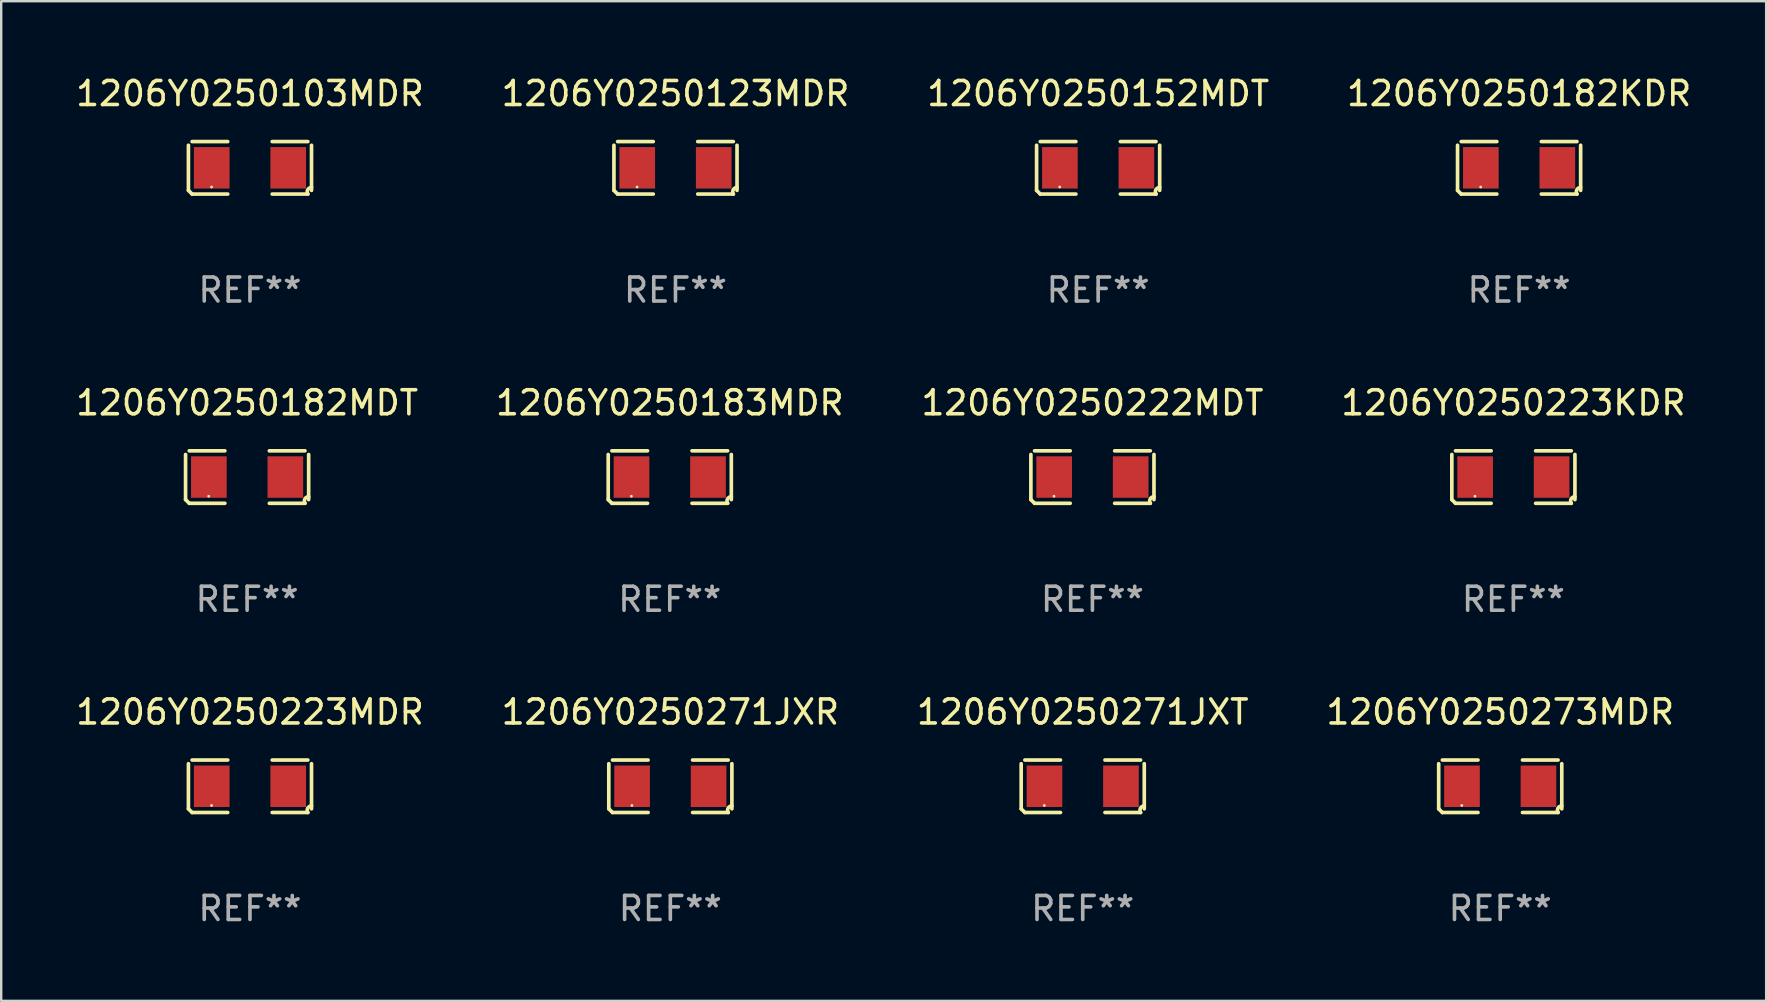
<source format=kicad_pcb>
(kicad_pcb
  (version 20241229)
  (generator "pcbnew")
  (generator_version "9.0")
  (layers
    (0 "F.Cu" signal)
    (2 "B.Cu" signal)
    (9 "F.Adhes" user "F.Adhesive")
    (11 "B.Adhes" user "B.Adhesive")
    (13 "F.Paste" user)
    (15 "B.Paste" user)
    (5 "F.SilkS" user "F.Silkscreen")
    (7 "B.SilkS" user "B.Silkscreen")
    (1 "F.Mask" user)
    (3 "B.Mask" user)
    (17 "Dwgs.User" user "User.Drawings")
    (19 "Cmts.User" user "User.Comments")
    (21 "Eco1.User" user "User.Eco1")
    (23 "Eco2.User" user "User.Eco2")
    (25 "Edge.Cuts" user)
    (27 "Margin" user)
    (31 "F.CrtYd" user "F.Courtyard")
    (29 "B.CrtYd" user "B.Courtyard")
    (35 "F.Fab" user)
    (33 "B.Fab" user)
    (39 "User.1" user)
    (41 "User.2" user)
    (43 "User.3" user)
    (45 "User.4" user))
  (footprint "1206Y0250271JXT"
    (layer "F.Cu")
    (at 42.054 29.704)
    (property "Reference" "1206Y0250271JXT" (at 0 -3.093 0) (layer "F.SilkS") (effects (font (size 1 1) (thickness 0.15))))
    (attr through_hole)
    (fp_line (start -2.564 0.94) (end -2.564 -0.94) (stroke (width 0.152) (type solid)) (layer "F.SilkS"))
    (fp_line (start -2.411 -1.093) (end -0.926 -1.093) (stroke (width 0.152) (type solid)) (layer "F.SilkS"))
    (fp_line (start -0.926 1.093) (end -2.411 1.093) (stroke (width 0.152) (type solid)) (layer "F.SilkS"))
    (fp_line (start 0.926 1.093) (end 2.411 1.093) (stroke (width 0.152) (type solid)) (layer "F.SilkS"))
    (fp_line (start 2.411 -1.093) (end 0.926 -1.093) (stroke (width 0.152) (type solid)) (layer "F.SilkS"))
    (fp_line (start 2.564 0.94) (end 2.564 -0.94) (stroke (width 0.152) (type solid)) (layer "F.SilkS"))
    (fp_arc (start -2.411201 1.092609) (mid -2.487413 1.01642) (end -2.563602 0.940208) (stroke (width 0.1524) (type solid)) (layer "F.SilkS"))
    (fp_arc (start 2.411201 1.092609) (mid 2.407159 0.911226) (end 2.563602 0.819347) (stroke (width 0.1524) (type solid)) (layer "F.SilkS"))
    (fp_circle (center -1.6 0.8) (end -1.57 0.8) (stroke (width 0.06) (type solid)) (fill no) (layer "F.SilkS"))
    (fp_text user "REF**" (at 0 5.093 0) (layer "F.Fab") (effects (font (size 1 1) (thickness 0.15))))
    (pad "1" smd rect (at -1.593 0) (size 1.485 1.728) (layers "F.Cu" "F.Mask" "F.Paste"))
    (pad "2" smd rect (at 1.593 0) (size 1.485 1.728) (layers "F.Cu" "F.Mask" "F.Paste")))
  (footprint "1206Y0250182KDR"
    (layer "F.Cu")
    (at 60.232 3.941)
    (property "Reference" "1206Y0250182KDR" (at 0 -3.093 0) (layer "F.SilkS") (effects (font (size 1 1) (thickness 0.15))))
    (attr through_hole)
    (fp_line (start -2.564 0.94) (end -2.564 -0.94) (stroke (width 0.152) (type solid)) (layer "F.SilkS"))
    (fp_line (start -2.411 -1.093) (end -0.926 -1.093) (stroke (width 0.152) (type solid)) (layer "F.SilkS"))
    (fp_line (start -0.926 1.093) (end -2.411 1.093) (stroke (width 0.152) (type solid)) (layer "F.SilkS"))
    (fp_line (start 0.926 1.093) (end 2.411 1.093) (stroke (width 0.152) (type solid)) (layer "F.SilkS"))
    (fp_line (start 2.411 -1.093) (end 0.926 -1.093) (stroke (width 0.152) (type solid)) (layer "F.SilkS"))
    (fp_line (start 2.564 0.94) (end 2.564 -0.94) (stroke (width 0.152) (type solid)) (layer "F.SilkS"))
    (fp_arc (start -2.411201 1.092609) (mid -2.487413 1.01642) (end -2.563602 0.940208) (stroke (width 0.1524) (type solid)) (layer "F.SilkS"))
    (fp_arc (start 2.411201 1.092609) (mid 2.407159 0.911226) (end 2.563602 0.819347) (stroke (width 0.1524) (type solid)) (layer "F.SilkS"))
    (fp_circle (center -1.6 0.8) (end -1.57 0.8) (stroke (width 0.06) (type solid)) (fill no) (layer "F.SilkS"))
    (fp_text user "REF**" (at 0 5.093 0) (layer "F.Fab") (effects (font (size 1 1) (thickness 0.15))))
    (pad "1" smd rect (at -1.593 0) (size 1.485 1.728) (layers "F.Cu" "F.Mask" "F.Paste"))
    (pad "2" smd rect (at 1.593 0) (size 1.485 1.728) (layers "F.Cu" "F.Mask" "F.Paste")))
  (footprint "1206Y0250183MDR"
    (layer "F.Cu")
    (at 24.851 16.823)
    (property "Reference" "1206Y0250183MDR" (at 0 -3.093 0) (layer "F.SilkS") (effects (font (size 1 1) (thickness 0.15))))
    (attr through_hole)
    (fp_line (start -2.564 0.94) (end -2.564 -0.94) (stroke (width 0.152) (type solid)) (layer "F.SilkS"))
    (fp_line (start -2.411 -1.093) (end -0.926 -1.093) (stroke (width 0.152) (type solid)) (layer "F.SilkS"))
    (fp_line (start -0.926 1.093) (end -2.411 1.093) (stroke (width 0.152) (type solid)) (layer "F.SilkS"))
    (fp_line (start 0.926 1.093) (end 2.411 1.093) (stroke (width 0.152) (type solid)) (layer "F.SilkS"))
    (fp_line (start 2.411 -1.093) (end 0.926 -1.093) (stroke (width 0.152) (type solid)) (layer "F.SilkS"))
    (fp_line (start 2.564 0.94) (end 2.564 -0.94) (stroke (width 0.152) (type solid)) (layer "F.SilkS"))
    (fp_arc (start -2.411201 1.092609) (mid -2.487413 1.01642) (end -2.563602 0.940208) (stroke (width 0.1524) (type solid)) (layer "F.SilkS"))
    (fp_arc (start 2.411201 1.092609) (mid 2.407159 0.911226) (end 2.563602 0.819347) (stroke (width 0.1524) (type solid)) (layer "F.SilkS"))
    (fp_circle (center -1.6 0.8) (end -1.57 0.8) (stroke (width 0.06) (type solid)) (fill no) (layer "F.SilkS"))
    (fp_text user "REF**" (at 0 5.093 0) (layer "F.Fab") (effects (font (size 1 1) (thickness 0.15))))
    (pad "1" smd rect (at -1.593 0) (size 1.485 1.728) (layers "F.Cu" "F.Mask" "F.Paste"))
    (pad "2" smd rect (at 1.593 0) (size 1.485 1.728) (layers "F.Cu" "F.Mask" "F.Paste")))
  (footprint "1206Y0250223KDR"
    (layer "F.Cu")
    (at 59.994 16.823)
    (property "Reference" "1206Y0250223KDR" (at 0 -3.093 0) (layer "F.SilkS") (effects (font (size 1 1) (thickness 0.15))))
    (attr through_hole)
    (fp_line (start -2.564 0.94) (end -2.564 -0.94) (stroke (width 0.152) (type solid)) (layer "F.SilkS"))
    (fp_line (start -2.411 -1.093) (end -0.926 -1.093) (stroke (width 0.152) (type solid)) (layer "F.SilkS"))
    (fp_line (start -0.926 1.093) (end -2.411 1.093) (stroke (width 0.152) (type solid)) (layer "F.SilkS"))
    (fp_line (start 0.926 1.093) (end 2.411 1.093) (stroke (width 0.152) (type solid)) (layer "F.SilkS"))
    (fp_line (start 2.411 -1.093) (end 0.926 -1.093) (stroke (width 0.152) (type solid)) (layer "F.SilkS"))
    (fp_line (start 2.564 0.94) (end 2.564 -0.94) (stroke (width 0.152) (type solid)) (layer "F.SilkS"))
    (fp_arc (start -2.411201 1.092609) (mid -2.487413 1.01642) (end -2.563602 0.940208) (stroke (width 0.1524) (type solid)) (layer "F.SilkS"))
    (fp_arc (start 2.411201 1.092609) (mid 2.407159 0.911226) (end 2.563602 0.819347) (stroke (width 0.1524) (type solid)) (layer "F.SilkS"))
    (fp_circle (center -1.6 0.8) (end -1.57 0.8) (stroke (width 0.06) (type solid)) (fill no) (layer "F.SilkS"))
    (fp_text user "REF**" (at 0 5.093 0) (layer "F.Fab") (effects (font (size 1 1) (thickness 0.15))))
    (pad "1" smd rect (at -1.593 0) (size 1.485 1.728) (layers "F.Cu" "F.Mask" "F.Paste"))
    (pad "2" smd rect (at 1.593 0) (size 1.485 1.728) (layers "F.Cu" "F.Mask" "F.Paste")))
  (footprint "1206Y0250223MDR"
    (layer "F.Cu")
    (at 7.363 29.704)
    (property "Reference" "1206Y0250223MDR" (at 0 -3.093 0) (layer "F.SilkS") (effects (font (size 1 1) (thickness 0.15))))
    (attr through_hole)
    (fp_line (start -2.564 0.94) (end -2.564 -0.94) (stroke (width 0.152) (type solid)) (layer "F.SilkS"))
    (fp_line (start -2.411 -1.093) (end -0.926 -1.093) (stroke (width 0.152) (type solid)) (layer "F.SilkS"))
    (fp_line (start -0.926 1.093) (end -2.411 1.093) (stroke (width 0.152) (type solid)) (layer "F.SilkS"))
    (fp_line (start 0.926 1.093) (end 2.411 1.093) (stroke (width 0.152) (type solid)) (layer "F.SilkS"))
    (fp_line (start 2.411 -1.093) (end 0.926 -1.093) (stroke (width 0.152) (type solid)) (layer "F.SilkS"))
    (fp_line (start 2.564 0.94) (end 2.564 -0.94) (stroke (width 0.152) (type solid)) (layer "F.SilkS"))
    (fp_arc (start -2.411201 1.092609) (mid -2.487413 1.01642) (end -2.563602 0.940208) (stroke (width 0.1524) (type solid)) (layer "F.SilkS"))
    (fp_arc (start 2.411201 1.092609) (mid 2.407159 0.911226) (end 2.563602 0.819347) (stroke (width 0.1524) (type solid)) (layer "F.SilkS"))
    (fp_circle (center -1.6 0.8) (end -1.57 0.8) (stroke (width 0.06) (type solid)) (fill no) (layer "F.SilkS"))
    (fp_text user "REF**" (at 0 5.093 0) (layer "F.Fab") (effects (font (size 1 1) (thickness 0.15))))
    (pad "1" smd rect (at -1.593 0) (size 1.485 1.728) (layers "F.Cu" "F.Mask" "F.Paste"))
    (pad "2" smd rect (at 1.593 0) (size 1.485 1.728) (layers "F.Cu" "F.Mask" "F.Paste")))
  (footprint "1206Y0250222MDT"
    (layer "F.Cu")
    (at 42.458 16.823)
    (property "Reference" "1206Y0250222MDT" (at 0 -3.093 0) (layer "F.SilkS") (effects (font (size 1 1) (thickness 0.15))))
    (attr through_hole)
    (fp_line (start -2.564 0.94) (end -2.564 -0.94) (stroke (width 0.152) (type solid)) (layer "F.SilkS"))
    (fp_line (start -2.411 -1.093) (end -0.926 -1.093) (stroke (width 0.152) (type solid)) (layer "F.SilkS"))
    (fp_line (start -0.926 1.093) (end -2.411 1.093) (stroke (width 0.152) (type solid)) (layer "F.SilkS"))
    (fp_line (start 0.926 1.093) (end 2.411 1.093) (stroke (width 0.152) (type solid)) (layer "F.SilkS"))
    (fp_line (start 2.411 -1.093) (end 0.926 -1.093) (stroke (width 0.152) (type solid)) (layer "F.SilkS"))
    (fp_line (start 2.564 0.94) (end 2.564 -0.94) (stroke (width 0.152) (type solid)) (layer "F.SilkS"))
    (fp_arc (start -2.411201 1.092609) (mid -2.487413 1.01642) (end -2.563602 0.940208) (stroke (width 0.1524) (type solid)) (layer "F.SilkS"))
    (fp_arc (start 2.411201 1.092609) (mid 2.407159 0.911226) (end 2.563602 0.819347) (stroke (width 0.1524) (type solid)) (layer "F.SilkS"))
    (fp_circle (center -1.6 0.8) (end -1.57 0.8) (stroke (width 0.06) (type solid)) (fill no) (layer "F.SilkS"))
    (fp_text user "REF**" (at 0 5.093 0) (layer "F.Fab") (effects (font (size 1 1) (thickness 0.15))))
    (pad "1" smd rect (at -1.593 0) (size 1.485 1.728) (layers "F.Cu" "F.Mask" "F.Paste"))
    (pad "2" smd rect (at 1.593 0) (size 1.485 1.728) (layers "F.Cu" "F.Mask" "F.Paste")))
  (footprint "1206Y0250123MDR"
    (layer "F.Cu")
    (at 25.089 3.941)
    (property "Reference" "1206Y0250123MDR" (at 0 -3.093 0) (layer "F.SilkS") (effects (font (size 1 1) (thickness 0.15))))
    (attr through_hole)
    (fp_line (start -2.564 0.94) (end -2.564 -0.94) (stroke (width 0.152) (type solid)) (layer "F.SilkS"))
    (fp_line (start -2.411 -1.093) (end -0.926 -1.093) (stroke (width 0.152) (type solid)) (layer "F.SilkS"))
    (fp_line (start -0.926 1.093) (end -2.411 1.093) (stroke (width 0.152) (type solid)) (layer "F.SilkS"))
    (fp_line (start 0.926 1.093) (end 2.411 1.093) (stroke (width 0.152) (type solid)) (layer "F.SilkS"))
    (fp_line (start 2.411 -1.093) (end 0.926 -1.093) (stroke (width 0.152) (type solid)) (layer "F.SilkS"))
    (fp_line (start 2.564 0.94) (end 2.564 -0.94) (stroke (width 0.152) (type solid)) (layer "F.SilkS"))
    (fp_arc (start -2.411201 1.092609) (mid -2.487413 1.01642) (end -2.563602 0.940208) (stroke (width 0.1524) (type solid)) (layer "F.SilkS"))
    (fp_arc (start 2.411201 1.092609) (mid 2.407159 0.911226) (end 2.563602 0.819347) (stroke (width 0.1524) (type solid)) (layer "F.SilkS"))
    (fp_circle (center -1.6 0.8) (end -1.57 0.8) (stroke (width 0.06) (type solid)) (fill no) (layer "F.SilkS"))
    (fp_text user "REF**" (at 0 5.093 0) (layer "F.Fab") (effects (font (size 1 1) (thickness 0.15))))
    (pad "1" smd rect (at -1.593 0) (size 1.485 1.728) (layers "F.Cu" "F.Mask" "F.Paste"))
    (pad "2" smd rect (at 1.593 0) (size 1.485 1.728) (layers "F.Cu" "F.Mask" "F.Paste")))
  (footprint "1206Y0250152MDT"
    (layer "F.Cu")
    (at 42.696 3.941)
    (property "Reference" "1206Y0250152MDT" (at 0 -3.093 0) (layer "F.SilkS") (effects (font (size 1 1) (thickness 0.15))))
    (attr through_hole)
    (fp_line (start -2.564 0.94) (end -2.564 -0.94) (stroke (width 0.152) (type solid)) (layer "F.SilkS"))
    (fp_line (start -2.411 -1.093) (end -0.926 -1.093) (stroke (width 0.152) (type solid)) (layer "F.SilkS"))
    (fp_line (start -0.926 1.093) (end -2.411 1.093) (stroke (width 0.152) (type solid)) (layer "F.SilkS"))
    (fp_line (start 0.926 1.093) (end 2.411 1.093) (stroke (width 0.152) (type solid)) (layer "F.SilkS"))
    (fp_line (start 2.411 -1.093) (end 0.926 -1.093) (stroke (width 0.152) (type solid)) (layer "F.SilkS"))
    (fp_line (start 2.564 0.94) (end 2.564 -0.94) (stroke (width 0.152) (type solid)) (layer "F.SilkS"))
    (fp_arc (start -2.411201 1.092609) (mid -2.487413 1.01642) (end -2.563602 0.940208) (stroke (width 0.1524) (type solid)) (layer "F.SilkS"))
    (fp_arc (start 2.411201 1.092609) (mid 2.407159 0.911226) (end 2.563602 0.819347) (stroke (width 0.1524) (type solid)) (layer "F.SilkS"))
    (fp_circle (center -1.6 0.8) (end -1.57 0.8) (stroke (width 0.06) (type solid)) (fill no) (layer "F.SilkS"))
    (fp_text user "REF**" (at 0 5.093 0) (layer "F.Fab") (effects (font (size 1 1) (thickness 0.15))))
    (pad "1" smd rect (at -1.593 0) (size 1.485 1.728) (layers "F.Cu" "F.Mask" "F.Paste"))
    (pad "2" smd rect (at 1.593 0) (size 1.485 1.728) (layers "F.Cu" "F.Mask" "F.Paste")))
  (footprint "1206Y0250271JXR"
    (layer "F.Cu")
    (at 24.875 29.704)
    (property "Reference" "1206Y0250271JXR" (at 0 -3.093 0) (layer "F.SilkS") (effects (font (size 1 1) (thickness 0.15))))
    (attr through_hole)
    (fp_line (start -2.564 0.94) (end -2.564 -0.94) (stroke (width 0.152) (type solid)) (layer "F.SilkS"))
    (fp_line (start -2.411 -1.093) (end -0.926 -1.093) (stroke (width 0.152) (type solid)) (layer "F.SilkS"))
    (fp_line (start -0.926 1.093) (end -2.411 1.093) (stroke (width 0.152) (type solid)) (layer "F.SilkS"))
    (fp_line (start 0.926 1.093) (end 2.411 1.093) (stroke (width 0.152) (type solid)) (layer "F.SilkS"))
    (fp_line (start 2.411 -1.093) (end 0.926 -1.093) (stroke (width 0.152) (type solid)) (layer "F.SilkS"))
    (fp_line (start 2.564 0.94) (end 2.564 -0.94) (stroke (width 0.152) (type solid)) (layer "F.SilkS"))
    (fp_arc (start -2.411201 1.092609) (mid -2.487413 1.01642) (end -2.563602 0.940208) (stroke (width 0.1524) (type solid)) (layer "F.SilkS"))
    (fp_arc (start 2.411201 1.092609) (mid 2.407159 0.911226) (end 2.563602 0.819347) (stroke (width 0.1524) (type solid)) (layer "F.SilkS"))
    (fp_circle (center -1.6 0.8) (end -1.57 0.8) (stroke (width 0.06) (type solid)) (fill no) (layer "F.SilkS"))
    (fp_text user "REF**" (at 0 5.093 0) (layer "F.Fab") (effects (font (size 1 1) (thickness 0.15))))
    (pad "1" smd rect (at -1.593 0) (size 1.485 1.728) (layers "F.Cu" "F.Mask" "F.Paste"))
    (pad "2" smd rect (at 1.593 0) (size 1.485 1.728) (layers "F.Cu" "F.Mask" "F.Paste")))
  (footprint "1206Y0250103MDR"
    (layer "F.Cu")
    (at 7.363 3.941)
    (property "Reference" "1206Y0250103MDR" (at 0 -3.093 0) (layer "F.SilkS") (effects (font (size 1 1) (thickness 0.15))))
    (attr through_hole)
    (fp_line (start -2.564 0.94) (end -2.564 -0.94) (stroke (width 0.152) (type solid)) (layer "F.SilkS"))
    (fp_line (start -2.411 -1.093) (end -0.926 -1.093) (stroke (width 0.152) (type solid)) (layer "F.SilkS"))
    (fp_line (start -0.926 1.093) (end -2.411 1.093) (stroke (width 0.152) (type solid)) (layer "F.SilkS"))
    (fp_line (start 0.926 1.093) (end 2.411 1.093) (stroke (width 0.152) (type solid)) (layer "F.SilkS"))
    (fp_line (start 2.411 -1.093) (end 0.926 -1.093) (stroke (width 0.152) (type solid)) (layer "F.SilkS"))
    (fp_line (start 2.564 0.94) (end 2.564 -0.94) (stroke (width 0.152) (type solid)) (layer "F.SilkS"))
    (fp_arc (start -2.411201 1.092609) (mid -2.487413 1.01642) (end -2.563602 0.940208) (stroke (width 0.1524) (type solid)) (layer "F.SilkS"))
    (fp_arc (start 2.411201 1.092609) (mid 2.407159 0.911226) (end 2.563602 0.819347) (stroke (width 0.1524) (type solid)) (layer "F.SilkS"))
    (fp_circle (center -1.6 0.8) (end -1.57 0.8) (stroke (width 0.06) (type solid)) (fill no) (layer "F.SilkS"))
    (fp_text user "REF**" (at 0 5.093 0) (layer "F.Fab") (effects (font (size 1 1) (thickness 0.15))))
    (pad "1" smd rect (at -1.593 0) (size 1.485 1.728) (layers "F.Cu" "F.Mask" "F.Paste"))
    (pad "2" smd rect (at 1.593 0) (size 1.485 1.728) (layers "F.Cu" "F.Mask" "F.Paste")))
  (footprint "1206Y0250273MDR"
    (layer "F.Cu")
    (at 59.446 29.704)
    (property "Reference" "1206Y0250273MDR" (at 0 -3.093 0) (layer "F.SilkS") (effects (font (size 1 1) (thickness 0.15))))
    (attr through_hole)
    (fp_line (start -2.564 0.94) (end -2.564 -0.94) (stroke (width 0.152) (type solid)) (layer "F.SilkS"))
    (fp_line (start -2.411 -1.093) (end -0.926 -1.093) (stroke (width 0.152) (type solid)) (layer "F.SilkS"))
    (fp_line (start -0.926 1.093) (end -2.411 1.093) (stroke (width 0.152) (type solid)) (layer "F.SilkS"))
    (fp_line (start 0.926 1.093) (end 2.411 1.093) (stroke (width 0.152) (type solid)) (layer "F.SilkS"))
    (fp_line (start 2.411 -1.093) (end 0.926 -1.093) (stroke (width 0.152) (type solid)) (layer "F.SilkS"))
    (fp_line (start 2.564 0.94) (end 2.564 -0.94) (stroke (width 0.152) (type solid)) (layer "F.SilkS"))
    (fp_arc (start -2.411201 1.092609) (mid -2.487413 1.01642) (end -2.563602 0.940208) (stroke (width 0.1524) (type solid)) (layer "F.SilkS"))
    (fp_arc (start 2.411201 1.092609) (mid 2.407159 0.911226) (end 2.563602 0.819347) (stroke (width 0.1524) (type solid)) (layer "F.SilkS"))
    (fp_circle (center -1.6 0.8) (end -1.57 0.8) (stroke (width 0.06) (type solid)) (fill no) (layer "F.SilkS"))
    (fp_text user "REF**" (at 0 5.093 0) (layer "F.Fab") (effects (font (size 1 1) (thickness 0.15))))
    (pad "1" smd rect (at -1.593 0) (size 1.485 1.728) (layers "F.Cu" "F.Mask" "F.Paste"))
    (pad "2" smd rect (at 1.593 0) (size 1.485 1.728) (layers "F.Cu" "F.Mask" "F.Paste")))
  (footprint "1206Y0250182MDT"
    (layer "F.Cu")
    (at 7.244 16.823)
    (property "Reference" "1206Y0250182MDT" (at 0 -3.093 0) (layer "F.SilkS") (effects (font (size 1 1) (thickness 0.15))))
    (attr through_hole)
    (fp_line (start -2.564 0.94) (end -2.564 -0.94) (stroke (width 0.152) (type solid)) (layer "F.SilkS"))
    (fp_line (start -2.411 -1.093) (end -0.926 -1.093) (stroke (width 0.152) (type solid)) (layer "F.SilkS"))
    (fp_line (start -0.926 1.093) (end -2.411 1.093) (stroke (width 0.152) (type solid)) (layer "F.SilkS"))
    (fp_line (start 0.926 1.093) (end 2.411 1.093) (stroke (width 0.152) (type solid)) (layer "F.SilkS"))
    (fp_line (start 2.411 -1.093) (end 0.926 -1.093) (stroke (width 0.152) (type solid)) (layer "F.SilkS"))
    (fp_line (start 2.564 0.94) (end 2.564 -0.94) (stroke (width 0.152) (type solid)) (layer "F.SilkS"))
    (fp_arc (start -2.411201 1.092609) (mid -2.487413 1.01642) (end -2.563602 0.940208) (stroke (width 0.1524) (type solid)) (layer "F.SilkS"))
    (fp_arc (start 2.411201 1.092609) (mid 2.407159 0.911226) (end 2.563602 0.819347) (stroke (width 0.1524) (type solid)) (layer "F.SilkS"))
    (fp_circle (center -1.6 0.8) (end -1.57 0.8) (stroke (width 0.06) (type solid)) (fill no) (layer "F.SilkS"))
    (fp_text user "REF**" (at 0 5.093 0) (layer "F.Fab") (effects (font (size 1 1) (thickness 0.15))))
    (pad "1" smd rect (at -1.593 0) (size 1.485 1.728) (layers "F.Cu" "F.Mask" "F.Paste"))
    (pad "2" smd rect (at 1.593 0) (size 1.485 1.728) (layers "F.Cu" "F.Mask" "F.Paste")))
  (gr_rect
    (start -3 -3)
    (end 70.524 38.645)
    (stroke (width 0.1) (type default))
    (fill no)
    (layer "Edge.Cuts")))
</source>
